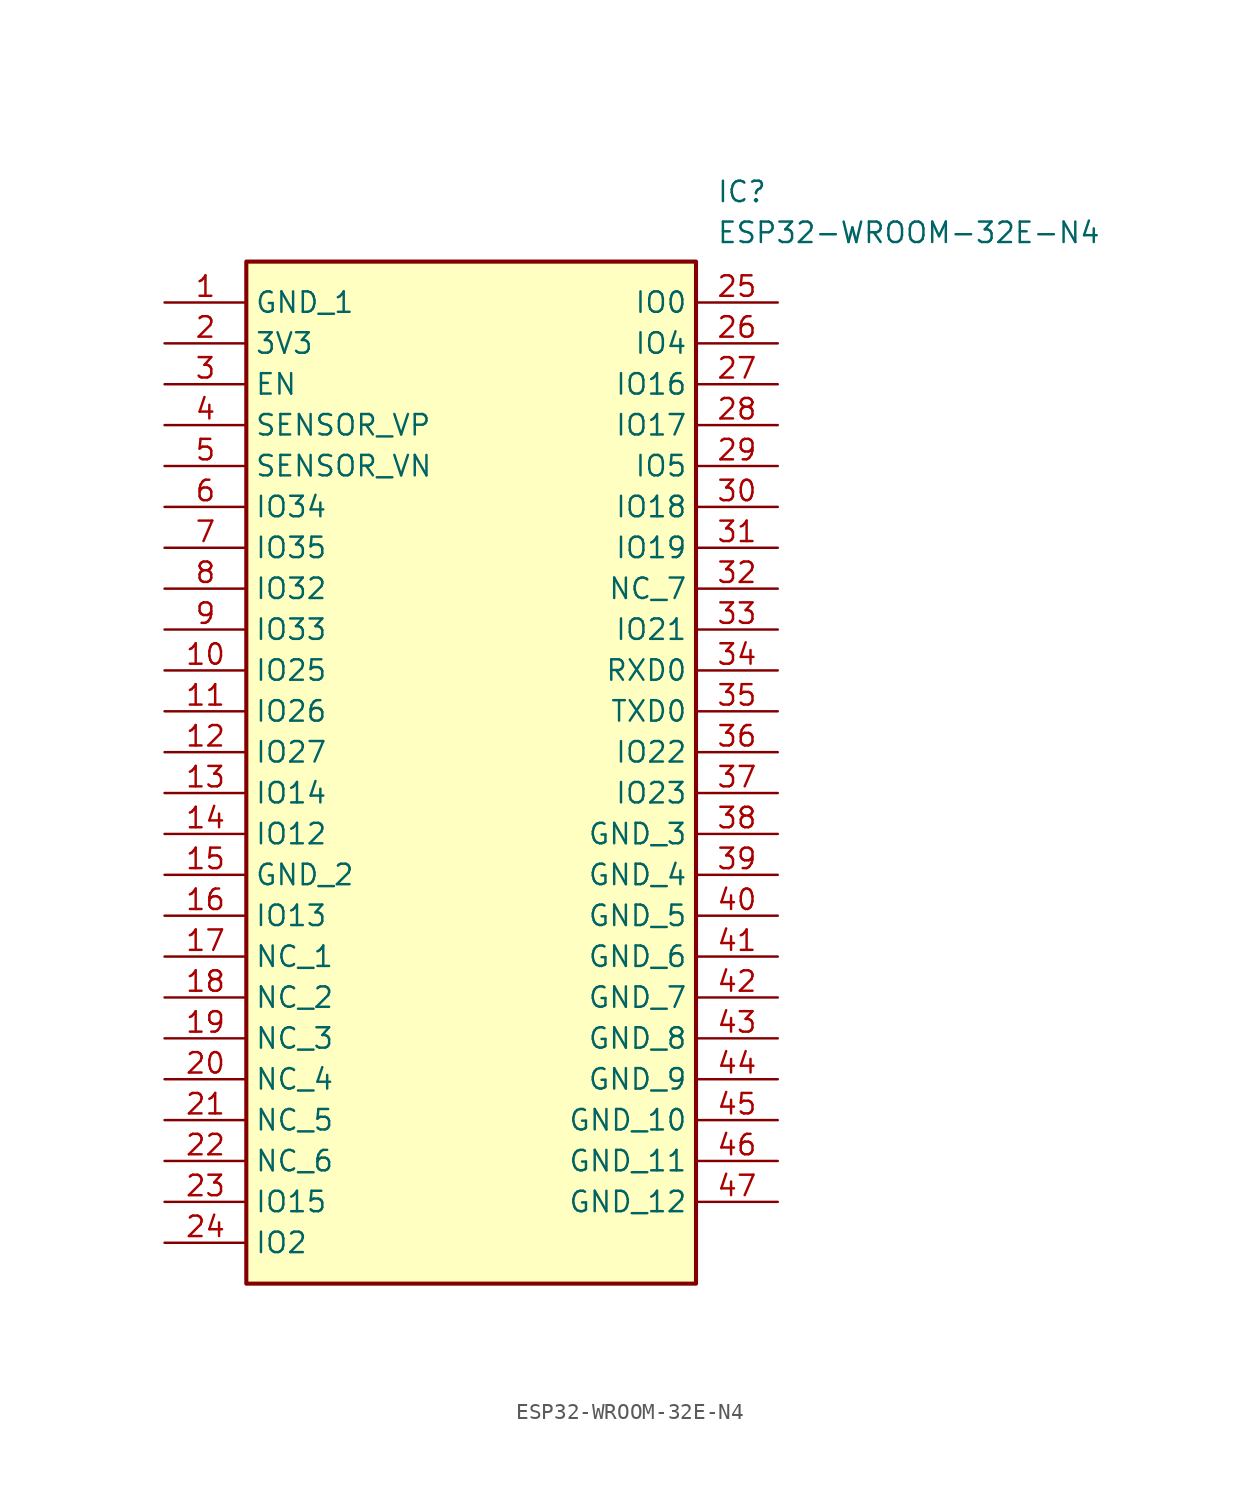
<source format=kicad_sym>
(kicad_symbol_lib
  (version 20211014)
  (generator SamacSys_ECAD_Model)
  (symbol "ESP32-WROOM-32E-N4"
    (property "Reference" "IC"
      (at 34.29 7.62 0)
      (effects (font (size 1.27 1.27)) (justify left top)))
    (property "Value" "ESP32-WROOM-32E-N4"
      (at 34.29 5.08 0)
      (effects (font (size 1.27 1.27)) (justify left top)))
    (rectangle
      (start 5.08 2.54)
      (end 33.02 -60.96)
      (stroke (width 0.254) (type default))
      (fill (type background)))
    (pin passive line
      (at 0 0 0)
      (length 5.08)
      (name "GND_1" (effects (font (size 1.27 1.27))))
      (number "1" (effects (font (size 1.27 1.27)))))
    (pin passive line
      (at 0 -2.54 0)
      (length 5.08)
      (name "3V3" (effects (font (size 1.27 1.27))))
      (number "2" (effects (font (size 1.27 1.27)))))
    (pin passive line
      (at 0 -5.08 0)
      (length 5.08)
      (name "EN" (effects (font (size 1.27 1.27))))
      (number "3" (effects (font (size 1.27 1.27)))))
    (pin passive line
      (at 0 -7.62 0)
      (length 5.08)
      (name "SENSOR_VP" (effects (font (size 1.27 1.27))))
      (number "4" (effects (font (size 1.27 1.27)))))
    (pin passive line
      (at 0 -10.16 0)
      (length 5.08)
      (name "SENSOR_VN" (effects (font (size 1.27 1.27))))
      (number "5" (effects (font (size 1.27 1.27)))))
    (pin passive line
      (at 0 -12.7 0)
      (length 5.08)
      (name "IO34" (effects (font (size 1.27 1.27))))
      (number "6" (effects (font (size 1.27 1.27)))))
    (pin passive line
      (at 0 -15.24 0)
      (length 5.08)
      (name "IO35" (effects (font (size 1.27 1.27))))
      (number "7" (effects (font (size 1.27 1.27)))))
    (pin passive line
      (at 0 -17.78 0)
      (length 5.08)
      (name "IO32" (effects (font (size 1.27 1.27))))
      (number "8" (effects (font (size 1.27 1.27)))))
    (pin passive line
      (at 0 -20.32 0)
      (length 5.08)
      (name "IO33" (effects (font (size 1.27 1.27))))
      (number "9" (effects (font (size 1.27 1.27)))))
    (pin passive line
      (at 0 -22.86 0)
      (length 5.08)
      (name "IO25" (effects (font (size 1.27 1.27))))
      (number "10" (effects (font (size 1.27 1.27)))))
    (pin passive line
      (at 0 -25.4 0)
      (length 5.08)
      (name "IO26" (effects (font (size 1.27 1.27))))
      (number "11" (effects (font (size 1.27 1.27)))))
    (pin passive line
      (at 0 -27.94 0)
      (length 5.08)
      (name "IO27" (effects (font (size 1.27 1.27))))
      (number "12" (effects (font (size 1.27 1.27)))))
    (pin passive line
      (at 0 -30.48 0)
      (length 5.08)
      (name "IO14" (effects (font (size 1.27 1.27))))
      (number "13" (effects (font (size 1.27 1.27)))))
    (pin passive line
      (at 0 -33.02 0)
      (length 5.08)
      (name "IO12" (effects (font (size 1.27 1.27))))
      (number "14" (effects (font (size 1.27 1.27)))))
    (pin passive line
      (at 0 -35.56 0)
      (length 5.08)
      (name "GND_2" (effects (font (size 1.27 1.27))))
      (number "15" (effects (font (size 1.27 1.27)))))
    (pin passive line
      (at 0 -38.1 0)
      (length 5.08)
      (name "IO13" (effects (font (size 1.27 1.27))))
      (number "16" (effects (font (size 1.27 1.27)))))
    (pin passive line
      (at 0 -40.64 0)
      (length 5.08)
      (name "NC_1" (effects (font (size 1.27 1.27))))
      (number "17" (effects (font (size 1.27 1.27)))))
    (pin passive line
      (at 0 -43.18 0)
      (length 5.08)
      (name "NC_2" (effects (font (size 1.27 1.27))))
      (number "18" (effects (font (size 1.27 1.27)))))
    (pin passive line
      (at 0 -45.72 0)
      (length 5.08)
      (name "NC_3" (effects (font (size 1.27 1.27))))
      (number "19" (effects (font (size 1.27 1.27)))))
    (pin passive line
      (at 0 -48.26 0)
      (length 5.08)
      (name "NC_4" (effects (font (size 1.27 1.27))))
      (number "20" (effects (font (size 1.27 1.27)))))
    (pin passive line
      (at 0 -50.8 0)
      (length 5.08)
      (name "NC_5" (effects (font (size 1.27 1.27))))
      (number "21" (effects (font (size 1.27 1.27)))))
    (pin passive line
      (at 0 -53.34 0)
      (length 5.08)
      (name "NC_6" (effects (font (size 1.27 1.27))))
      (number "22" (effects (font (size 1.27 1.27)))))
    (pin passive line
      (at 0 -55.88 0)
      (length 5.08)
      (name "IO15" (effects (font (size 1.27 1.27))))
      (number "23" (effects (font (size 1.27 1.27)))))
    (pin passive line
      (at 0 -58.42 0)
      (length 5.08)
      (name "IO2" (effects (font (size 1.27 1.27))))
      (number "24" (effects (font (size 1.27 1.27)))))
    (pin passive line
      (at 38.1 0 180)
      (length 5.08)
      (name "IO0" (effects (font (size 1.27 1.27))))
      (number "25" (effects (font (size 1.27 1.27)))))
    (pin passive line
      (at 38.1 -2.54 180)
      (length 5.08)
      (name "IO4" (effects (font (size 1.27 1.27))))
      (number "26" (effects (font (size 1.27 1.27)))))
    (pin passive line
      (at 38.1 -5.08 180)
      (length 5.08)
      (name "IO16" (effects (font (size 1.27 1.27))))
      (number "27" (effects (font (size 1.27 1.27)))))
    (pin passive line
      (at 38.1 -7.62 180)
      (length 5.08)
      (name "IO17" (effects (font (size 1.27 1.27))))
      (number "28" (effects (font (size 1.27 1.27)))))
    (pin passive line
      (at 38.1 -10.16 180)
      (length 5.08)
      (name "IO5" (effects (font (size 1.27 1.27))))
      (number "29" (effects (font (size 1.27 1.27)))))
    (pin passive line
      (at 38.1 -12.7 180)
      (length 5.08)
      (name "IO18" (effects (font (size 1.27 1.27))))
      (number "30" (effects (font (size 1.27 1.27)))))
    (pin passive line
      (at 38.1 -15.24 180)
      (length 5.08)
      (name "IO19" (effects (font (size 1.27 1.27))))
      (number "31" (effects (font (size 1.27 1.27)))))
    (pin passive line
      (at 38.1 -17.78 180)
      (length 5.08)
      (name "NC_7" (effects (font (size 1.27 1.27))))
      (number "32" (effects (font (size 1.27 1.27)))))
    (pin passive line
      (at 38.1 -20.32 180)
      (length 5.08)
      (name "IO21" (effects (font (size 1.27 1.27))))
      (number "33" (effects (font (size 1.27 1.27)))))
    (pin passive line
      (at 38.1 -22.86 180)
      (length 5.08)
      (name "RXD0" (effects (font (size 1.27 1.27))))
      (number "34" (effects (font (size 1.27 1.27)))))
    (pin passive line
      (at 38.1 -25.4 180)
      (length 5.08)
      (name "TXD0" (effects (font (size 1.27 1.27))))
      (number "35" (effects (font (size 1.27 1.27)))))
    (pin passive line
      (at 38.1 -27.94 180)
      (length 5.08)
      (name "IO22" (effects (font (size 1.27 1.27))))
      (number "36" (effects (font (size 1.27 1.27)))))
    (pin passive line
      (at 38.1 -30.48 180)
      (length 5.08)
      (name "IO23" (effects (font (size 1.27 1.27))))
      (number "37" (effects (font (size 1.27 1.27)))))
    (pin passive line
      (at 38.1 -33.02 180)
      (length 5.08)
      (name "GND_3" (effects (font (size 1.27 1.27))))
      (number "38" (effects (font (size 1.27 1.27)))))
    (pin passive line
      (at 38.1 -35.56 180)
      (length 5.08)
      (name "GND_4" (effects (font (size 1.27 1.27))))
      (number "39" (effects (font (size 1.27 1.27)))))
    (pin passive line
      (at 38.1 -38.1 180)
      (length 5.08)
      (name "GND_5" (effects (font (size 1.27 1.27))))
      (number "40" (effects (font (size 1.27 1.27)))))
    (pin passive line
      (at 38.1 -40.64 180)
      (length 5.08)
      (name "GND_6" (effects (font (size 1.27 1.27))))
      (number "41" (effects (font (size 1.27 1.27)))))
    (pin passive line
      (at 38.1 -43.18 180)
      (length 5.08)
      (name "GND_7" (effects (font (size 1.27 1.27))))
      (number "42" (effects (font (size 1.27 1.27)))))
    (pin passive line
      (at 38.1 -45.72 180)
      (length 5.08)
      (name "GND_8" (effects (font (size 1.27 1.27))))
      (number "43" (effects (font (size 1.27 1.27)))))
    (pin passive line
      (at 38.1 -48.26 180)
      (length 5.08)
      (name "GND_9" (effects (font (size 1.27 1.27))))
      (number "44" (effects (font (size 1.27 1.27)))))
    (pin passive line
      (at 38.1 -50.8 180)
      (length 5.08)
      (name "GND_10" (effects (font (size 1.27 1.27))))
      (number "45" (effects (font (size 1.27 1.27)))))
    (pin passive line
      (at 38.1 -53.34 180)
      (length 5.08)
      (name "GND_11" (effects (font (size 1.27 1.27))))
      (number "46" (effects (font (size 1.27 1.27)))))
    (pin passive line
      (at 38.1 -55.88 180)
      (length 5.08)
      (name "GND_12" (effects (font (size 1.27 1.27))))
      (number "47" (effects (font (size 1.27 1.27)))))))
</source>
